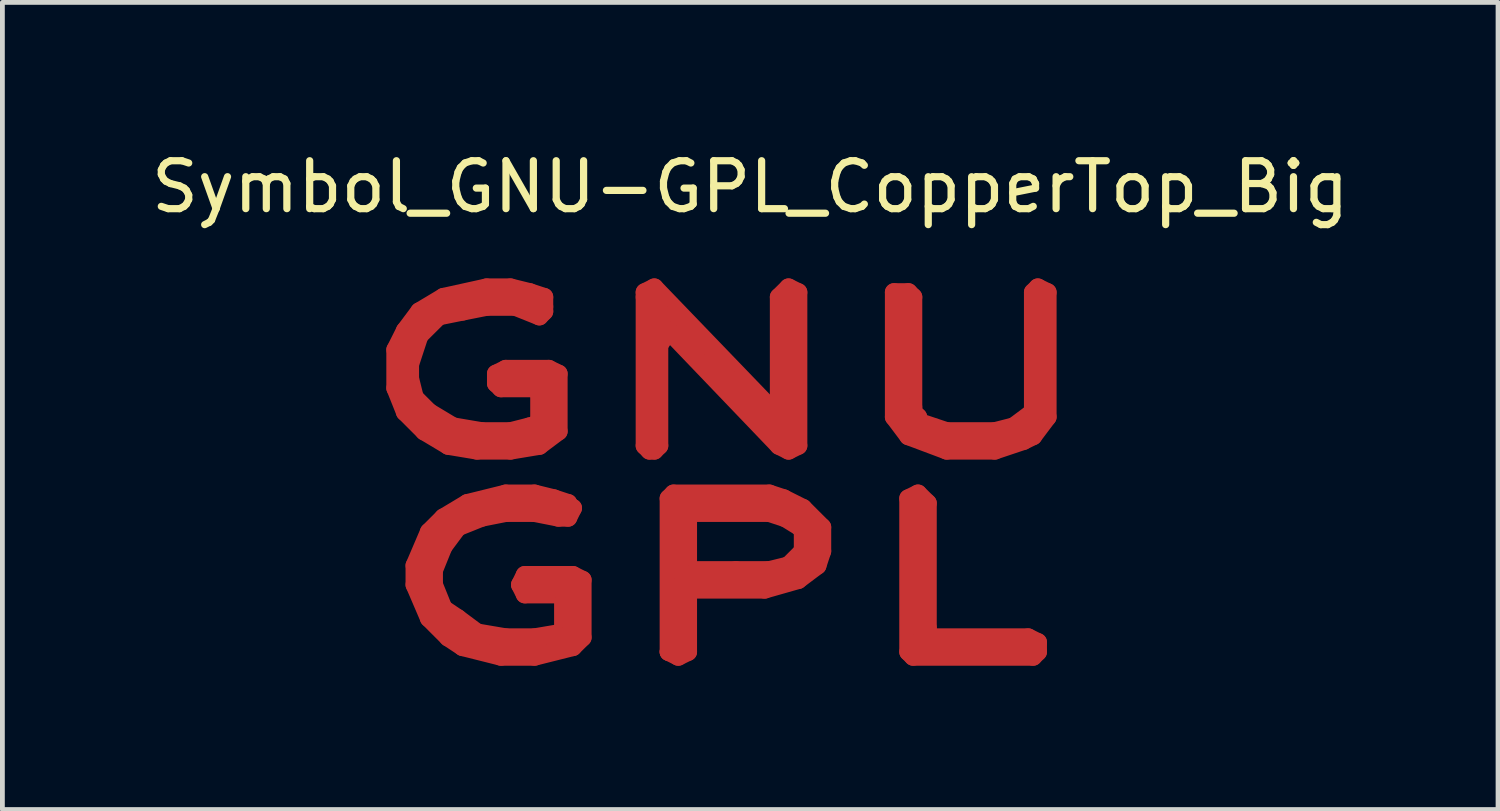
<source format=kicad_pcb>
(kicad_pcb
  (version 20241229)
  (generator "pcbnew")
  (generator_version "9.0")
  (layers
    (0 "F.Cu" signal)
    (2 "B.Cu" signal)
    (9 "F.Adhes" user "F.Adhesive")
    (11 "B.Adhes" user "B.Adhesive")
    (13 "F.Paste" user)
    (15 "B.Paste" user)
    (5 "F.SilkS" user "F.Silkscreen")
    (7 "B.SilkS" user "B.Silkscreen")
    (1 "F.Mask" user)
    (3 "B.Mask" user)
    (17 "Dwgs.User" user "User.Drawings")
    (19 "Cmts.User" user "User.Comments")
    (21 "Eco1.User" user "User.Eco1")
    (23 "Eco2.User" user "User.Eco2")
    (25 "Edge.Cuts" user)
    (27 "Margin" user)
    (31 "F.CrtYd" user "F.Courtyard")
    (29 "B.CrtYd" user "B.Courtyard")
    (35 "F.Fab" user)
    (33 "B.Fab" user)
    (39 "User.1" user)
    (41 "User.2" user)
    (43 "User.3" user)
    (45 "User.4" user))
  (footprint "Symbol_GNU-GPL_CopperTop_Big"
    (layer "F.Cu")
    (at 12.101 7.648)
    (property "Reference" "Symbol_GNU-GPL_CopperTop_Big" (at 0.5 -6.8 0) (layer "F.SilkS") (effects (font (size 1 1) (thickness 0.15))))
    (attr exclude_from_pos_files exclude_from_bom)
    (fp_line (start -6.901 -3.401) (end -6.901 -2.601) (stroke (width 0.381) (type solid)) (layer "F.Cu"))
    (fp_line (start -6.901 -2.601) (end -6.701 -2.101) (stroke (width 0.381) (type solid)) (layer "F.Cu"))
    (fp_line (start -6.701 -3.8) (end -6.901 -3.401) (stroke (width 0.381) (type solid)) (layer "F.Cu"))
    (fp_line (start -6.701 -3.401) (end -6.599 -2.301) (stroke (width 0.381) (type solid)) (layer "F.Cu"))
    (fp_line (start -6.701 -2.101) (end -6.299 -1.699) (stroke (width 0.381) (type solid)) (layer "F.Cu"))
    (fp_line (start -6.599 -3.099) (end -6.401 -3.701) (stroke (width 0.381) (type solid)) (layer "F.Cu"))
    (fp_line (start -6.599 -2.799) (end -6.599 -3.099) (stroke (width 0.381) (type solid)) (layer "F.Cu"))
    (fp_line (start -6.599 -2.301) (end -6.2 -1.9) (stroke (width 0.381) (type solid)) (layer "F.Cu"))
    (fp_line (start -6.5 -2.4) (end -6.599 -2.799) (stroke (width 0.381) (type solid)) (layer "F.Cu"))
    (fp_line (start -6.5 1.1) (end -6.5 1.501) (stroke (width 0.381) (type solid)) (layer "F.Cu"))
    (fp_line (start -6.5 1.501) (end -6.2 2.2) (stroke (width 0.381) (type solid)) (layer "F.Cu"))
    (fp_line (start -6.401 -4.201) (end -6.701 -3.8) (stroke (width 0.381) (type solid)) (layer "F.Cu"))
    (fp_line (start -6.401 -3.701) (end -5.999 -4.1) (stroke (width 0.381) (type solid)) (layer "F.Cu"))
    (fp_line (start -6.299 -1.699) (end -5.799 -1.4) (stroke (width 0.381) (type solid)) (layer "F.Cu"))
    (fp_line (start -6.2 -4.201) (end -6.701 -3.401) (stroke (width 0.381) (type solid)) (layer "F.Cu"))
    (fp_line (start -6.2 -2.101) (end -6.5 -2.4) (stroke (width 0.381) (type solid)) (layer "F.Cu"))
    (fp_line (start -6.2 -1.9) (end -5.199 -1.501) (stroke (width 0.381) (type solid)) (layer "F.Cu"))
    (fp_line (start -6.2 0.399) (end -6.5 1.1) (stroke (width 0.381) (type solid)) (layer "F.Cu"))
    (fp_line (start -6.2 1.001) (end -6.2 1.801) (stroke (width 0.381) (type solid)) (layer "F.Cu"))
    (fp_line (start -6.2 1.801) (end -5.7 2.4) (stroke (width 0.381) (type solid)) (layer "F.Cu"))
    (fp_line (start -6.2 2.2) (end -5.799 2.601) (stroke (width 0.381) (type solid)) (layer "F.Cu"))
    (fp_line (start -6.101 1.199) (end -5.9 0.701) (stroke (width 0.381) (type solid)) (layer "F.Cu"))
    (fp_line (start -6.101 1.501) (end -6.101 1.199) (stroke (width 0.381) (type solid)) (layer "F.Cu"))
    (fp_line (start -5.999 -4.1) (end -5.499 -4.201) (stroke (width 0.381) (type solid)) (layer "F.Cu"))
    (fp_line (start -5.9 -4.501) (end -6.401 -4.201) (stroke (width 0.381) (type solid)) (layer "F.Cu"))
    (fp_line (start -5.9 0.099) (end -6.2 0.399) (stroke (width 0.381) (type solid)) (layer "F.Cu"))
    (fp_line (start -5.9 0.701) (end -5.601 0.3) (stroke (width 0.381) (type solid)) (layer "F.Cu"))
    (fp_line (start -5.9 1.999) (end -6.101 1.501) (stroke (width 0.381) (type solid)) (layer "F.Cu"))
    (fp_line (start -5.799 -1.4) (end -5.199 -1.3) (stroke (width 0.381) (type solid)) (layer "F.Cu"))
    (fp_line (start -5.799 2.601) (end -5.499 2.799) (stroke (width 0.381) (type solid)) (layer "F.Cu"))
    (fp_line (start -5.7 -1.801) (end -6.2 -2.101) (stroke (width 0.381) (type solid)) (layer "F.Cu"))
    (fp_line (start -5.7 0.201) (end -6.2 1.001) (stroke (width 0.381) (type solid)) (layer "F.Cu"))
    (fp_line (start -5.7 2.4) (end -4.699 2.901) (stroke (width 0.381) (type solid)) (layer "F.Cu"))
    (fp_line (start -5.601 0.3) (end -5.1 0.099) (stroke (width 0.381) (type solid)) (layer "F.Cu"))
    (fp_line (start -5.601 2.2) (end -5.9 1.999) (stroke (width 0.381) (type solid)) (layer "F.Cu"))
    (fp_line (start -5.499 -4.201) (end -5.001 -4.3) (stroke (width 0.381) (type solid)) (layer "F.Cu"))
    (fp_line (start -5.499 2.799) (end -4.699 3) (stroke (width 0.381) (type solid)) (layer "F.Cu"))
    (fp_line (start -5.4 -0.201) (end -5.9 0.099) (stroke (width 0.381) (type solid)) (layer "F.Cu"))
    (fp_line (start -5.301 -4.501) (end -6.2 -4.201) (stroke (width 0.381) (type solid)) (layer "F.Cu"))
    (fp_line (start -5.199 -1.501) (end -4.201 -1.6) (stroke (width 0.381) (type solid)) (layer "F.Cu"))
    (fp_line (start -5.199 -1.3) (end -4.501 -1.3) (stroke (width 0.381) (type solid)) (layer "F.Cu"))
    (fp_line (start -5.199 2.499) (end -5.601 2.2) (stroke (width 0.381) (type solid)) (layer "F.Cu"))
    (fp_line (start -5.1 -1.699) (end -5.7 -1.801) (stroke (width 0.381) (type solid)) (layer "F.Cu"))
    (fp_line (start -5.1 0.099) (end -4.6 0) (stroke (width 0.381) (type solid)) (layer "F.Cu"))
    (fp_line (start -5.001 -4.699) (end -5.9 -4.501) (stroke (width 0.381) (type solid)) (layer "F.Cu"))
    (fp_line (start -5.001 -4.3) (end -4.399 -4.3) (stroke (width 0.381) (type solid)) (layer "F.Cu"))
    (fp_line (start -4.801 -2.901) (end -4.801 -2.7) (stroke (width 0.381) (type solid)) (layer "F.Cu"))
    (fp_line (start -4.801 -2.7) (end -4.699 -2.601) (stroke (width 0.381) (type solid)) (layer "F.Cu"))
    (fp_line (start -4.699 -2.601) (end -4 -2.601) (stroke (width 0.381) (type solid)) (layer "F.Cu"))
    (fp_line (start -4.699 -0.099) (end -5.7 0.201) (stroke (width 0.381) (type solid)) (layer "F.Cu"))
    (fp_line (start -4.699 2.901) (end -3.2 2.601) (stroke (width 0.381) (type solid)) (layer "F.Cu"))
    (fp_line (start -4.699 3) (end -4 3) (stroke (width 0.381) (type solid)) (layer "F.Cu"))
    (fp_line (start -4.6 -3) (end -4.801 -2.901) (stroke (width 0.381) (type solid)) (layer "F.Cu"))
    (fp_line (start -4.6 -0.399) (end -5.4 -0.201) (stroke (width 0.381) (type solid)) (layer "F.Cu"))
    (fp_line (start -4.6 0) (end -4 0) (stroke (width 0.381) (type solid)) (layer "F.Cu"))
    (fp_line (start -4.6 2.601) (end -5.199 2.499) (stroke (width 0.381) (type solid)) (layer "F.Cu"))
    (fp_line (start -4.501 -4.699) (end -5.001 -4.699) (stroke (width 0.381) (type solid)) (layer "F.Cu"))
    (fp_line (start -4.501 -1.699) (end -5.1 -1.699) (stroke (width 0.381) (type solid)) (layer "F.Cu"))
    (fp_line (start -4.501 -1.3) (end -3.899 -1.4) (stroke (width 0.381) (type solid)) (layer "F.Cu"))
    (fp_line (start -4.399 -4.3) (end -3.899 -4.1) (stroke (width 0.381) (type solid)) (layer "F.Cu"))
    (fp_line (start -4.3 1.501) (end -4.201 1.699) (stroke (width 0.381) (type solid)) (layer "F.Cu"))
    (fp_line (start -4.201 -4.501) (end -5.301 -4.501) (stroke (width 0.381) (type solid)) (layer "F.Cu"))
    (fp_line (start -4.201 -1.699) (end -4.1 -1.801) (stroke (width 0.381) (type solid)) (layer "F.Cu"))
    (fp_line (start -4.201 -1.6) (end -3.701 -1.801) (stroke (width 0.381) (type solid)) (layer "F.Cu"))
    (fp_line (start -4.201 1.3) (end -4.3 1.501) (stroke (width 0.381) (type solid)) (layer "F.Cu"))
    (fp_line (start -4.201 1.699) (end -3.401 1.699) (stroke (width 0.381) (type solid)) (layer "F.Cu"))
    (fp_line (start -4.1 -4.6) (end -4.501 -4.699) (stroke (width 0.381) (type solid)) (layer "F.Cu"))
    (fp_line (start -4.1 -1.801) (end -4.501 -1.699) (stroke (width 0.381) (type solid)) (layer "F.Cu"))
    (fp_line (start -4 -2.601) (end -3.899 -2.499) (stroke (width 0.381) (type solid)) (layer "F.Cu"))
    (fp_line (start -4 -0.399) (end -4.6 -0.399) (stroke (width 0.381) (type solid)) (layer "F.Cu"))
    (fp_line (start -4 0) (end -3.5 0.099) (stroke (width 0.381) (type solid)) (layer "F.Cu"))
    (fp_line (start -4 2.601) (end -4.6 2.601) (stroke (width 0.381) (type solid)) (layer "F.Cu"))
    (fp_line (start -4 3) (end -3.2 2.799) (stroke (width 0.381) (type solid)) (layer "F.Cu"))
    (fp_line (start -3.899 -4.1) (end -3.8 -4.201) (stroke (width 0.381) (type solid)) (layer "F.Cu"))
    (fp_line (start -3.899 -2.499) (end -3.899 -1.9) (stroke (width 0.381) (type solid)) (layer "F.Cu"))
    (fp_line (start -3.899 -1.9) (end -4.201 -1.699) (stroke (width 0.381) (type solid)) (layer "F.Cu"))
    (fp_line (start -3.899 -1.4) (end -3.5 -1.699) (stroke (width 0.381) (type solid)) (layer "F.Cu"))
    (fp_line (start -3.8 -4.501) (end -4.1 -4.6) (stroke (width 0.381) (type solid)) (layer "F.Cu"))
    (fp_line (start -3.8 -4.3) (end -4.201 -4.501) (stroke (width 0.381) (type solid)) (layer "F.Cu"))
    (fp_line (start -3.8 -4.201) (end -3.8 -4.501) (stroke (width 0.381) (type solid)) (layer "F.Cu"))
    (fp_line (start -3.701 -3) (end -4.6 -3) (stroke (width 0.381) (type solid)) (layer "F.Cu"))
    (fp_line (start -3.701 -2.7) (end -4.6 -2.7) (stroke (width 0.381) (type solid)) (layer "F.Cu"))
    (fp_line (start -3.701 -1.801) (end -3.701 -2.7) (stroke (width 0.381) (type solid)) (layer "F.Cu"))
    (fp_line (start -3.599 -0.3) (end -4 -0.399) (stroke (width 0.381) (type solid)) (layer "F.Cu"))
    (fp_line (start -3.5 -2.901) (end -3.701 -3) (stroke (width 0.381) (type solid)) (layer "F.Cu"))
    (fp_line (start -3.5 -1.699) (end -3.5 -2.901) (stroke (width 0.381) (type solid)) (layer "F.Cu"))
    (fp_line (start -3.5 0.099) (end -3.299 0.099) (stroke (width 0.381) (type solid)) (layer "F.Cu"))
    (fp_line (start -3.401 1.699) (end -3.401 2.499) (stroke (width 0.381) (type solid)) (layer "F.Cu"))
    (fp_line (start -3.401 2.499) (end -4 2.601) (stroke (width 0.381) (type solid)) (layer "F.Cu"))
    (fp_line (start -3.299 -0.201) (end -3.599 -0.3) (stroke (width 0.381) (type solid)) (layer "F.Cu"))
    (fp_line (start -3.299 -0.099) (end -3.299 -0.201) (stroke (width 0.381) (type solid)) (layer "F.Cu"))
    (fp_line (start -3.299 0.099) (end -3.2 -0.099) (stroke (width 0.381) (type solid)) (layer "F.Cu"))
    (fp_line (start -3.299 1.6) (end -4.201 1.501) (stroke (width 0.381) (type solid)) (layer "F.Cu"))
    (fp_line (start -3.2 -0.099) (end -4.699 -0.099) (stroke (width 0.381) (type solid)) (layer "F.Cu"))
    (fp_line (start -3.2 1.3) (end -4.201 1.3) (stroke (width 0.381) (type solid)) (layer "F.Cu"))
    (fp_line (start -3.2 2.601) (end -3.299 1.6) (stroke (width 0.381) (type solid)) (layer "F.Cu"))
    (fp_line (start -3.2 2.799) (end -3 2.601) (stroke (width 0.381) (type solid)) (layer "F.Cu"))
    (fp_line (start -3 1.4) (end -3.2 1.3) (stroke (width 0.381) (type solid)) (layer "F.Cu"))
    (fp_line (start -3 2.601) (end -3 1.4) (stroke (width 0.381) (type solid)) (layer "F.Cu"))
    (fp_line (start -1.699 -4.6) (end -1.501 -4.699) (stroke (width 0.381) (type solid)) (layer "F.Cu"))
    (fp_line (start -1.699 -4.501) (end -1.699 -4.6) (stroke (width 0.381) (type solid)) (layer "F.Cu"))
    (fp_line (start -1.699 -1.4) (end -1.699 -4.501) (stroke (width 0.381) (type solid)) (layer "F.Cu"))
    (fp_line (start -1.6 -1.4) (end -1.6 -1.3) (stroke (width 0.381) (type solid)) (layer "F.Cu"))
    (fp_line (start -1.6 -1.3) (end -1.699 -1.4) (stroke (width 0.381) (type solid)) (layer "F.Cu"))
    (fp_line (start -1.501 -4.699) (end 1.001 -2.101) (stroke (width 0.381) (type solid)) (layer "F.Cu"))
    (fp_line (start -1.501 -4.3) (end 1.3 -1.6) (stroke (width 0.381) (type solid)) (layer "F.Cu"))
    (fp_line (start -1.501 -1.3) (end -1.501 -4.3) (stroke (width 0.381) (type solid)) (layer "F.Cu"))
    (fp_line (start -1.4 -3.5) (end -1.4 -1.4) (stroke (width 0.381) (type solid)) (layer "F.Cu"))
    (fp_line (start -1.4 -1.4) (end -1.501 -1.3) (stroke (width 0.381) (type solid)) (layer "F.Cu"))
    (fp_line (start -1.199 -3.8) (end -1.4 -3.5) (stroke (width 0.381) (type solid)) (layer "F.Cu"))
    (fp_line (start -1.199 -0.3) (end -1.1 -0.399) (stroke (width 0.381) (type solid)) (layer "F.Cu"))
    (fp_line (start -1.199 2.901) (end -1.199 -0.3) (stroke (width 0.381) (type solid)) (layer "F.Cu"))
    (fp_line (start -1.199 2.901) (end -1.001 2.7) (stroke (width 0.381) (type solid)) (layer "F.Cu"))
    (fp_line (start -1.1 -0.399) (end 0.899 -0.399) (stroke (width 0.381) (type solid)) (layer "F.Cu"))
    (fp_line (start -1.001 -0.099) (end 0.899 -0.099) (stroke (width 0.381) (type solid)) (layer "F.Cu"))
    (fp_line (start -1.001 2.7) (end -1.001 -0.099) (stroke (width 0.381) (type solid)) (layer "F.Cu"))
    (fp_line (start -1.001 3) (end -1.199 2.901) (stroke (width 0.381) (type solid)) (layer "F.Cu"))
    (fp_line (start -0.899 1.199) (end -0.8 1.199) (stroke (width 0.381) (type solid)) (layer "F.Cu"))
    (fp_line (start -0.899 1.3) (end 0.899 1.4) (stroke (width 0.381) (type solid)) (layer "F.Cu"))
    (fp_line (start -0.899 1.699) (end -0.8 1.699) (stroke (width 0.381) (type solid)) (layer "F.Cu"))
    (fp_line (start -0.8 0) (end 0.899 0) (stroke (width 0.381) (type solid)) (layer "F.Cu"))
    (fp_line (start -0.8 1.199) (end -0.8 0) (stroke (width 0.381) (type solid)) (layer "F.Cu"))
    (fp_line (start -0.8 1.699) (end -0.8 2.901) (stroke (width 0.381) (type solid)) (layer "F.Cu"))
    (fp_line (start -0.8 2.901) (end -1.001 3) (stroke (width 0.381) (type solid)) (layer "F.Cu"))
    (fp_line (start -0.701 1.6) (end -0.899 1.699) (stroke (width 0.381) (type solid)) (layer "F.Cu"))
    (fp_line (start 0.201 1.199) (end -0.701 1.199) (stroke (width 0.381) (type solid)) (layer "F.Cu"))
    (fp_line (start 0.8 1.6) (end -0.701 1.6) (stroke (width 0.381) (type solid)) (layer "F.Cu"))
    (fp_line (start 0.899 -0.399) (end 1.199 -0.3) (stroke (width 0.381) (type solid)) (layer "F.Cu"))
    (fp_line (start 0.899 -0.099) (end 1.699 0.399) (stroke (width 0.381) (type solid)) (layer "F.Cu"))
    (fp_line (start 0.899 0) (end 1.501 0.201) (stroke (width 0.381) (type solid)) (layer "F.Cu"))
    (fp_line (start 0.899 1.199) (end 0.201 1.199) (stroke (width 0.381) (type solid)) (layer "F.Cu"))
    (fp_line (start 0.899 1.4) (end -0.899 1.199) (stroke (width 0.381) (type solid)) (layer "F.Cu"))
    (fp_line (start 1.001 -2.101) (end 1.1 -2.4) (stroke (width 0.381) (type solid)) (layer "F.Cu"))
    (fp_line (start 1.1 -4.501) (end 1.3 -4.699) (stroke (width 0.381) (type solid)) (layer "F.Cu"))
    (fp_line (start 1.1 -2.4) (end 1.1 -4.501) (stroke (width 0.381) (type solid)) (layer "F.Cu"))
    (fp_line (start 1.1 -1.4) (end -1.199 -3.8) (stroke (width 0.381) (type solid)) (layer "F.Cu"))
    (fp_line (start 1.1 1.199) (end -0.899 1.3) (stroke (width 0.381) (type solid)) (layer "F.Cu"))
    (fp_line (start 1.199 -0.3) (end 1.6 -0.099) (stroke (width 0.381) (type solid)) (layer "F.Cu"))
    (fp_line (start 1.3 -4.699) (end 1.501 -4.6) (stroke (width 0.381) (type solid)) (layer "F.Cu"))
    (fp_line (start 1.3 -1.6) (end 1.3 -4.399) (stroke (width 0.381) (type solid)) (layer "F.Cu"))
    (fp_line (start 1.3 -1.3) (end 1.1 -1.4) (stroke (width 0.381) (type solid)) (layer "F.Cu"))
    (fp_line (start 1.3 1.1) (end 0.899 1.199) (stroke (width 0.381) (type solid)) (layer "F.Cu"))
    (fp_line (start 1.501 -4.6) (end 1.501 -1.4) (stroke (width 0.381) (type solid)) (layer "F.Cu"))
    (fp_line (start 1.501 -1.4) (end 1.3 -1.3) (stroke (width 0.381) (type solid)) (layer "F.Cu"))
    (fp_line (start 1.501 0.201) (end 1.6 0.399) (stroke (width 0.381) (type solid)) (layer "F.Cu"))
    (fp_line (start 1.501 1.4) (end 0.8 1.6) (stroke (width 0.381) (type solid)) (layer "F.Cu"))
    (fp_line (start 1.6 -0.099) (end 1.999 0.3) (stroke (width 0.381) (type solid)) (layer "F.Cu"))
    (fp_line (start 1.6 0.399) (end 1.6 0.8) (stroke (width 0.381) (type solid)) (layer "F.Cu"))
    (fp_line (start 1.6 0.8) (end 1.3 1.1) (stroke (width 0.381) (type solid)) (layer "F.Cu"))
    (fp_line (start 1.699 0.399) (end 1.699 0.899) (stroke (width 0.381) (type solid)) (layer "F.Cu"))
    (fp_line (start 1.699 0.899) (end 1.1 1.199) (stroke (width 0.381) (type solid)) (layer "F.Cu"))
    (fp_line (start 1.9 1.1) (end 1.501 1.4) (stroke (width 0.381) (type solid)) (layer "F.Cu"))
    (fp_line (start 1.999 0.3) (end 1.999 0.8) (stroke (width 0.381) (type solid)) (layer "F.Cu"))
    (fp_line (start 1.999 0.8) (end 1.9 1.1) (stroke (width 0.381) (type solid)) (layer "F.Cu"))
    (fp_line (start 3.5 -4.6) (end 3.5 -1.999) (stroke (width 0.381) (type solid)) (layer "F.Cu"))
    (fp_line (start 3.5 -1.999) (end 3.8 -1.6) (stroke (width 0.381) (type solid)) (layer "F.Cu"))
    (fp_line (start 3.701 -4.501) (end 3.701 -1.9) (stroke (width 0.381) (type solid)) (layer "F.Cu"))
    (fp_line (start 3.701 -1.9) (end 4.6 -1.501) (stroke (width 0.381) (type solid)) (layer "F.Cu"))
    (fp_line (start 3.8 -4.6) (end 3.5 -4.6) (stroke (width 0.381) (type solid)) (layer "F.Cu"))
    (fp_line (start 3.8 -2.2) (end 3.899 -2.2) (stroke (width 0.381) (type solid)) (layer "F.Cu"))
    (fp_line (start 3.8 -1.6) (end 4.6 -1.3) (stroke (width 0.381) (type solid)) (layer "F.Cu"))
    (fp_line (start 3.8 -0.3) (end 3.8 2.901) (stroke (width 0.381) (type solid)) (layer "F.Cu"))
    (fp_line (start 3.8 2.901) (end 3.899 3) (stroke (width 0.381) (type solid)) (layer "F.Cu"))
    (fp_line (start 3.899 -4.501) (end 3.8 -4.6) (stroke (width 0.381) (type solid)) (layer "F.Cu"))
    (fp_line (start 3.899 -2.2) (end 3.899 -4.501) (stroke (width 0.381) (type solid)) (layer "F.Cu"))
    (fp_line (start 3.899 3) (end 6.401 3) (stroke (width 0.381) (type solid)) (layer "F.Cu"))
    (fp_line (start 4 -1.999) (end 3.8 -2.2) (stroke (width 0.381) (type solid)) (layer "F.Cu"))
    (fp_line (start 4 -1.9) (end 4 -1.999) (stroke (width 0.381) (type solid)) (layer "F.Cu"))
    (fp_line (start 4 -0.399) (end 3.8 -0.3) (stroke (width 0.381) (type solid)) (layer "F.Cu"))
    (fp_line (start 4 -0.201) (end 4 2.7) (stroke (width 0.381) (type solid)) (layer "F.Cu"))
    (fp_line (start 4 2.7) (end 6.401 2.799) (stroke (width 0.381) (type solid)) (layer "F.Cu"))
    (fp_line (start 4.1 2.601) (end 4.201 2.4) (stroke (width 0.381) (type solid)) (layer "F.Cu"))
    (fp_line (start 4.201 -0.201) (end 4 -0.399) (stroke (width 0.381) (type solid)) (layer "F.Cu"))
    (fp_line (start 4.201 2.4) (end 4.201 -0.201) (stroke (width 0.381) (type solid)) (layer "F.Cu"))
    (fp_line (start 4.6 -1.699) (end 4 -1.9) (stroke (width 0.381) (type solid)) (layer "F.Cu"))
    (fp_line (start 4.6 -1.501) (end 5.601 -1.501) (stroke (width 0.381) (type solid)) (layer "F.Cu"))
    (fp_line (start 4.6 -1.3) (end 5.601 -1.3) (stroke (width 0.381) (type solid)) (layer "F.Cu"))
    (fp_line (start 5.601 -1.699) (end 4.6 -1.699) (stroke (width 0.381) (type solid)) (layer "F.Cu"))
    (fp_line (start 5.601 -1.501) (end 6.299 -1.801) (stroke (width 0.381) (type solid)) (layer "F.Cu"))
    (fp_line (start 5.601 -1.3) (end 6.2 -1.501) (stroke (width 0.381) (type solid)) (layer "F.Cu"))
    (fp_line (start 5.999 -1.801) (end 5.601 -1.699) (stroke (width 0.381) (type solid)) (layer "F.Cu"))
    (fp_line (start 6.2 -1.501) (end 6.401 -1.6) (stroke (width 0.381) (type solid)) (layer "F.Cu"))
    (fp_line (start 6.299 -1.801) (end 6.5 -2.301) (stroke (width 0.381) (type solid)) (layer "F.Cu"))
    (fp_line (start 6.299 2.601) (end 4.1 2.601) (stroke (width 0.381) (type solid)) (layer "F.Cu"))
    (fp_line (start 6.401 -4.6) (end 6.401 -2.101) (stroke (width 0.381) (type solid)) (layer "F.Cu"))
    (fp_line (start 6.401 -2.101) (end 5.999 -1.801) (stroke (width 0.381) (type solid)) (layer "F.Cu"))
    (fp_line (start 6.401 -1.6) (end 6.701 -1.999) (stroke (width 0.381) (type solid)) (layer "F.Cu"))
    (fp_line (start 6.401 3) (end 6.5 2.901) (stroke (width 0.381) (type solid)) (layer "F.Cu"))
    (fp_line (start 6.5 -4.699) (end 6.401 -4.6) (stroke (width 0.381) (type solid)) (layer "F.Cu"))
    (fp_line (start 6.5 -2.301) (end 6.5 -4.6) (stroke (width 0.381) (type solid)) (layer "F.Cu"))
    (fp_line (start 6.5 2.7) (end 6.299 2.601) (stroke (width 0.381) (type solid)) (layer "F.Cu"))
    (fp_line (start 6.5 2.901) (end 6.5 2.7) (stroke (width 0.381) (type solid)) (layer "F.Cu"))
    (fp_line (start 6.701 -4.6) (end 6.5 -4.699) (stroke (width 0.381) (type solid)) (layer "F.Cu"))
    (fp_line (start 6.701 -1.999) (end 6.701 -4.6) (stroke (width 0.381) (type solid)) (layer "F.Cu")))
  (gr_rect
    (start -3 -3)
    (end 28.202 13.838)
    (stroke (width 0.1) (type default))
    (fill no)
    (layer "Edge.Cuts")))
</source>
